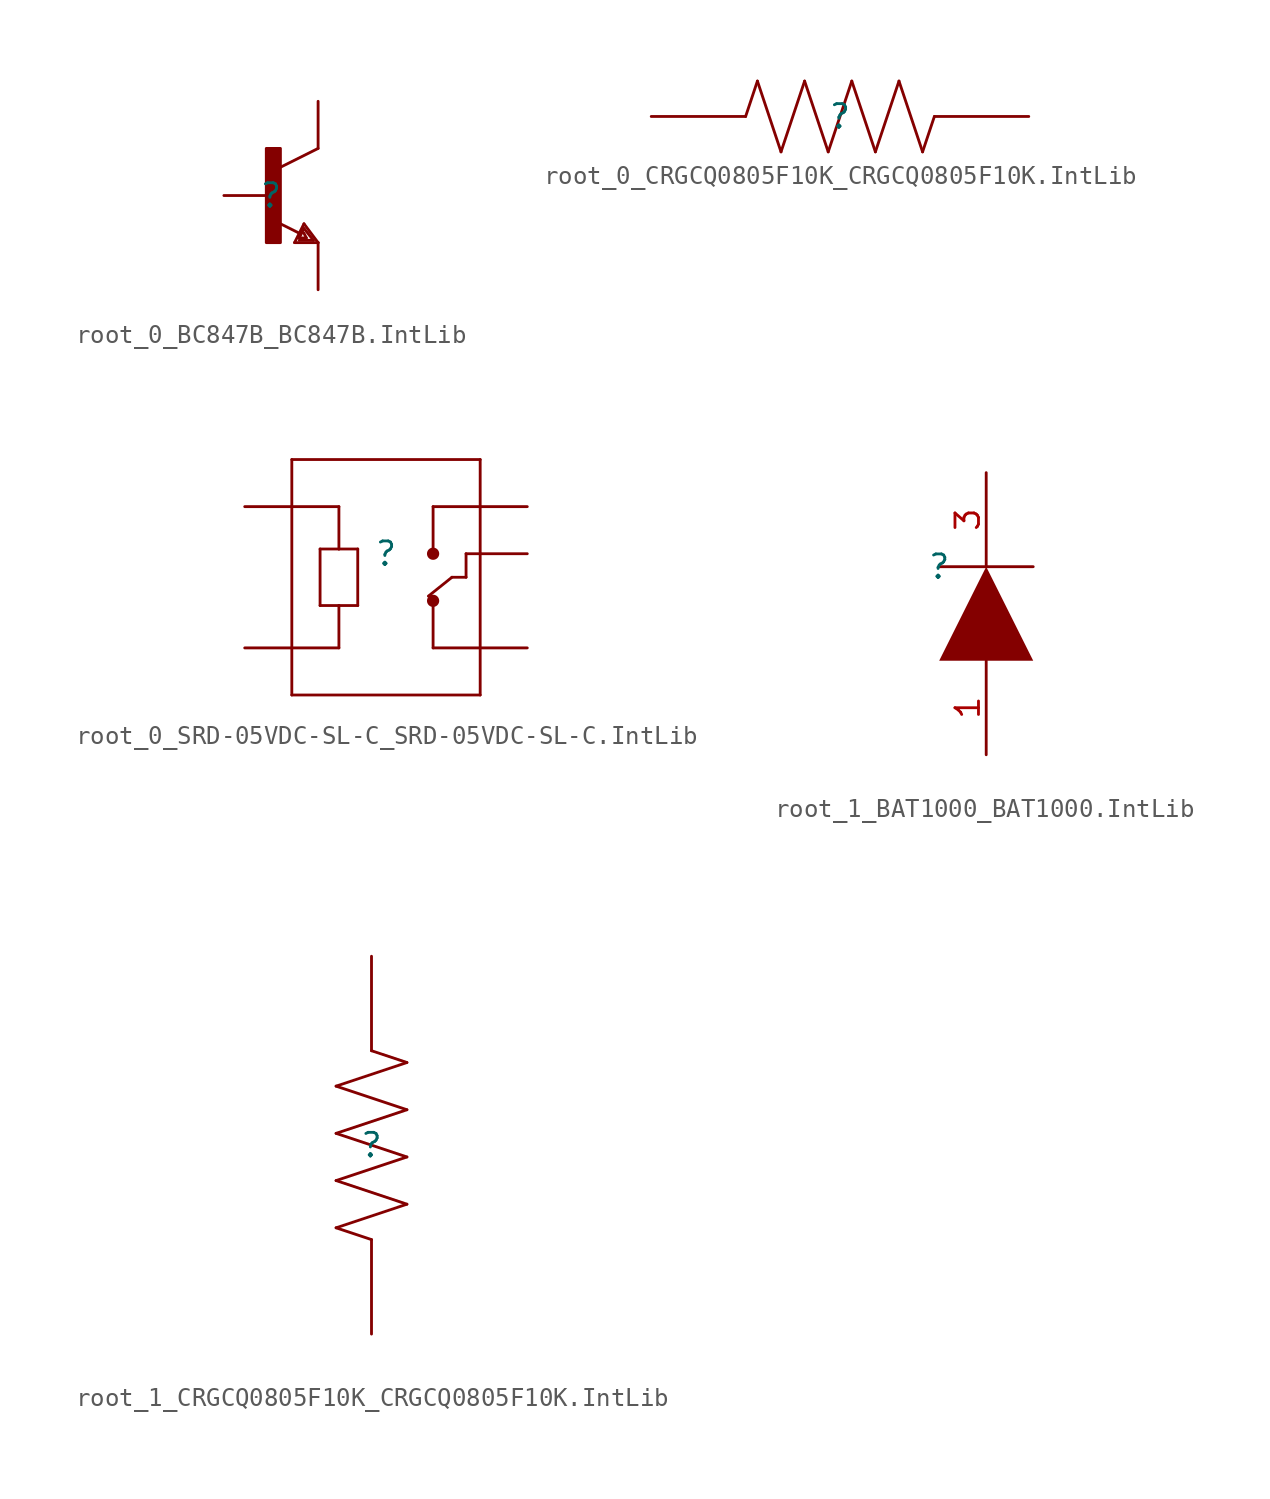
<source format=kicad_sym>
(kicad_symbol_lib
  (version 20241209)
  (generator "kicad_symbol_editor")
  (generator_version "9.0")
  (symbol "root_0_BC847B_BC847B.IntLib"
    (pin_numbers
      (hide yes))
    (pin_names
      (hide yes))
    (property "Reference" ""
      (at 0 0 0)
      (effects (font (size 1.27 1.27))))
    (property "Value" ""
      (at 0 0 0)
      (effects (font (size 1.27 1.27))))
    (symbol "root_0_BC847B_BC847B.IntLib_1_0"
      (rectangle (start 0.508 2.54) (end -0.254 -2.54) (stroke (width 0) (type solid)) (fill (type outline)))
      (polyline (pts (xy 1.27 -2.54) (xy 1.778 -1.524)) (stroke (width 0) (type solid)) (fill (type none)))
      (polyline (pts (xy 1.524 -2.286) (xy 1.905 -2.286)) (stroke (width 0) (type solid)) (fill (type none)))
      (polyline (pts (xy 1.524 -2.413) (xy 2.286 -2.413)) (stroke (width 0) (type solid)) (fill (type none)))
      (polyline (pts (xy 1.54 -2.04) (xy 0.308 -1.424)) (stroke (width 0) (type solid)) (fill (type none)))
      (polyline (pts (xy 1.778 -1.524) (xy 2.54 -2.54)) (stroke (width 0) (type solid)) (fill (type none)))
      (polyline (pts (xy 1.778 -1.778) (xy 1.524 -2.286)) (stroke (width 0) (type solid)) (fill (type none)))
      (polyline (pts (xy 1.905 -2.286) (xy 1.778 -2.032)) (stroke (width 0) (type solid)) (fill (type none)))
      (polyline (pts (xy 2.286 -2.413) (xy 1.778 -1.778)) (stroke (width 0) (type solid)) (fill (type none)))
      (polyline (pts (xy 2.54 2.54) (xy 0.508 1.524)) (stroke (width 0) (type solid)) (fill (type none)))
      (polyline (pts (xy 2.54 -2.54) (xy 1.27 -2.54)) (stroke (width 0) (type solid)) (fill (type none)))
      (pin passive line (at -2.54 0 0) (length 2.54) (name "B" (effects (font (size 1.27 1.27)))) (number "1" (effects (font (size 1.27 1.27)))))
      (pin passive line (at 2.54 5.08 270) (length 2.54) (name "C" (effects (font (size 1.27 1.27)))) (number "3" (effects (font (size 1.27 1.27)))))
      (pin passive line (at 2.54 -5.08 90) (length 2.54) (name "E" (effects (font (size 1.27 1.27)))) (number "2" (effects (font (size 1.27 1.27)))))))
  (symbol "root_0_CRGCQ0805F10K_CRGCQ0805F10K.IntLib"
    (pin_numbers
      (hide yes))
    (pin_names
      (hide yes))
    (property "Reference" ""
      (at 0 0 0)
      (effects (font (size 1.27 1.27))))
    (property "Value" ""
      (at 0 0 0)
      (effects (font (size 1.27 1.27))))
    (symbol "root_0_CRGCQ0805F10K_CRGCQ0805F10K.IntLib_1_0"
      (polyline (pts (xy -5.08 0) (xy -4.445 1.905)) (stroke (width 0) (type solid)) (fill (type none)))
      (polyline (pts (xy -4.445 1.905) (xy -3.175 -1.905)) (stroke (width 0) (type solid)) (fill (type none)))
      (polyline (pts (xy -3.175 -1.905) (xy -1.905 1.905)) (stroke (width 0) (type solid)) (fill (type none)))
      (polyline (pts (xy -1.905 1.905) (xy -0.635 -1.905)) (stroke (width 0) (type solid)) (fill (type none)))
      (polyline (pts (xy -0.635 -1.905) (xy 0.635 1.905)) (stroke (width 0) (type solid)) (fill (type none)))
      (polyline (pts (xy 0.635 1.905) (xy 1.905 -1.905)) (stroke (width 0) (type solid)) (fill (type none)))
      (polyline (pts (xy 1.905 -1.905) (xy 3.175 1.905)) (stroke (width 0) (type solid)) (fill (type none)))
      (polyline (pts (xy 3.175 1.905) (xy 4.445 -1.905)) (stroke (width 0) (type solid)) (fill (type none)))
      (polyline (pts (xy 4.445 -1.905) (xy 5.08 0)) (stroke (width 0) (type solid)) (fill (type none)))
      (pin passive line (at -10.16 0 0) (length 5.08) (name "1" (effects (font (size 1.27 1.27)))) (number "1" (effects (font (size 1.27 1.27)))))
      (pin passive line (at 10.16 0 180) (length 5.08) (name "2" (effects (font (size 1.27 1.27)))) (number "2" (effects (font (size 1.27 1.27)))))))
  (symbol "root_0_SRD-05VDC-SL-C_SRD-05VDC-SL-C.IntLib"
    (pin_numbers
      (hide yes))
    (pin_names
      (hide yes))
    (property "Reference" ""
      (at 0 0 0)
      (effects (font (size 1.27 1.27))))
    (property "Value" ""
      (at 0 0 0)
      (effects (font (size 1.27 1.27))))
    (symbol "root_0_SRD-05VDC-SL-C_SRD-05VDC-SL-C.IntLib_1_0"
      (polyline (pts (xy -5.08 5.08) (xy 5.08 5.08)) (stroke (width 0) (type solid)) (fill (type none)))
      (polyline (pts (xy -5.08 2.54) (xy -2.54 2.54)) (stroke (width 0) (type solid)) (fill (type none)))
      (polyline (pts (xy -5.08 -7.62) (xy -5.08 5.08)) (stroke (width 0) (type solid)) (fill (type none)))
      (polyline (pts (xy -3.556 0.254) (xy -3.556 -2.794)) (stroke (width 0) (type solid)) (fill (type none)))
      (polyline (pts (xy -3.556 -2.794) (xy -2.54 -2.794)) (stroke (width 0) (type solid)) (fill (type none)))
      (polyline (pts (xy -2.54 2.54) (xy -2.54 0.254)) (stroke (width 0) (type solid)) (fill (type none)))
      (polyline (pts (xy -2.54 0.254) (xy -3.556 0.254)) (stroke (width 0) (type solid)) (fill (type none)))
      (polyline (pts (xy -2.54 -2.794) (xy -2.54 -5.08)) (stroke (width 0) (type solid)) (fill (type none)))
      (polyline (pts (xy -2.54 -2.794) (xy -1.524 -2.794)) (stroke (width 0) (type solid)) (fill (type none)))
      (polyline (pts (xy -2.54 -5.08) (xy -5.08 -5.08)) (stroke (width 0) (type solid)) (fill (type none)))
      (polyline (pts (xy -1.524 0.254) (xy -2.54 0.254)) (stroke (width 0) (type solid)) (fill (type none)))
      (polyline (pts (xy -1.524 -2.794) (xy -1.524 0.254)) (stroke (width 0) (type solid)) (fill (type none)))
      (polyline (pts (xy 2.54 2.54) (xy 2.54 0)) (stroke (width 0) (type solid)) (fill (type none)))
      (circle (center 2.54 0) (radius 0.254) (stroke (width 0) (type solid)) (fill (type outline)))
      (polyline (pts (xy 2.54 -2.54) (xy 2.54 -5.08)) (stroke (width 0) (type solid)) (fill (type none)))
      (circle (center 2.54 -2.54) (radius 0.254) (stroke (width 0) (type solid)) (fill (type outline)))
      (polyline (pts (xy 2.54 -5.08) (xy 5.08 -5.08)) (stroke (width 0) (type solid)) (fill (type none)))
      (polyline (pts (xy 3.556 -1.27) (xy 2.286 -2.286)) (stroke (width 0) (type solid)) (fill (type none)))
      (polyline (pts (xy 3.556 -1.27) (xy 4.318 -1.27)) (stroke (width 0) (type solid)) (fill (type none)))
      (polyline (pts (xy 4.318 0) (xy 5.08 0)) (stroke (width 0) (type solid)) (fill (type none)))
      (polyline (pts (xy 4.318 -1.27) (xy 4.318 0)) (stroke (width 0) (type solid)) (fill (type none)))
      (polyline (pts (xy 5.08 5.08) (xy 5.08 0)) (stroke (width 0) (type solid)) (fill (type none)))
      (polyline (pts (xy 5.08 2.54) (xy 2.54 2.54)) (stroke (width 0) (type solid)) (fill (type none)))
      (polyline (pts (xy 5.08 0) (xy 5.08 -7.62)) (stroke (width 0) (type solid)) (fill (type none)))
      (polyline (pts (xy 5.08 -7.62) (xy -5.08 -7.62)) (stroke (width 0) (type solid)) (fill (type none)))
      (pin passive line (at -7.62 2.54 0) (length 2.54) (name "A1" (effects (font (size 1.27 1.27)))) (number "A1" (effects (font (size 1.27 1.27)))))
      (pin passive line (at -7.62 -5.08 0) (length 2.54) (name "A2" (effects (font (size 1.27 1.27)))) (number "A2" (effects (font (size 1.27 1.27)))))
      (pin passive line (at 7.62 2.54 180) (length 2.54) (name "NO" (effects (font (size 1.27 1.27)))) (number "NO" (effects (font (size 1.27 1.27)))))
      (pin passive line (at 7.62 0 180) (length 2.54) (name "COM" (effects (font (size 1.27 1.27)))) (number "COM" (effects (font (size 1.27 1.27)))))
      (pin passive line (at 7.62 -5.08 180) (length 2.54) (name "NC" (effects (font (size 1.27 1.27)))) (number "NC" (effects (font (size 1.27 1.27)))))))
  (symbol "root_1_BAT1000_BAT1000.IntLib"
    (pin_names
      (hide yes))
    (property "Reference" ""
      (at 0 0 0)
      (effects (font (size 1.27 1.27))))
    (property "Value" ""
      (at 0 0 0)
      (effects (font (size 1.27 1.27))))
    (symbol "root_1_BAT1000_BAT1000.IntLib_1_0"
      (polyline (pts (xy 0 0) (xy 5.08 0)) (stroke (width 0) (type solid)) (fill (type none)))
      (polyline (pts (xy 0 -5.08) (xy 2.54 0) (xy 5.08 -5.08) (xy 0 -5.08)) (stroke (width -0.0001) (type solid)) (fill (type outline)))
      (pin passive line (at 2.54 5.08 270) (length 5.08) (name "CATHODE" (effects (font (size 1.27 1.27)))) (number "3" (effects (font (size 1.27 1.27)))))
      (pin passive line (at 2.54 -10.16 90) (length 5.08) (name "ANODE" (effects (font (size 1.27 1.27)))) (number "1" (effects (font (size 1.27 1.27)))))))
  (symbol "root_1_CRGCQ0805F10K_CRGCQ0805F10K.IntLib"
    (pin_numbers
      (hide yes))
    (pin_names
      (hide yes))
    (property "Reference" ""
      (at 0 0 0)
      (effects (font (size 1.27 1.27))))
    (property "Value" ""
      (at 0 0 0)
      (effects (font (size 1.27 1.27))))
    (symbol "root_1_CRGCQ0805F10K_CRGCQ0805F10K.IntLib_1_0"
      (polyline (pts (xy -1.905 3.175) (xy 1.905 4.445)) (stroke (width 0) (type solid)) (fill (type none)))
      (polyline (pts (xy -1.905 0.635) (xy 1.905 1.905)) (stroke (width 0) (type solid)) (fill (type none)))
      (polyline (pts (xy -1.905 -1.905) (xy 1.905 -0.635)) (stroke (width 0) (type solid)) (fill (type none)))
      (polyline (pts (xy -1.905 -4.445) (xy 1.905 -3.175)) (stroke (width 0) (type solid)) (fill (type none)))
      (polyline (pts (xy 0 -5.08) (xy -1.905 -4.445)) (stroke (width 0) (type solid)) (fill (type none)))
      (polyline (pts (xy 1.905 4.445) (xy 0 5.08)) (stroke (width 0) (type solid)) (fill (type none)))
      (polyline (pts (xy 1.905 1.905) (xy -1.905 3.175)) (stroke (width 0) (type solid)) (fill (type none)))
      (polyline (pts (xy 1.905 -0.635) (xy -1.905 0.635)) (stroke (width 0) (type solid)) (fill (type none)))
      (polyline (pts (xy 1.905 -3.175) (xy -1.905 -1.905)) (stroke (width 0) (type solid)) (fill (type none)))
      (pin passive line (at 0 10.16 270) (length 5.08) (name "2" (effects (font (size 1.27 1.27)))) (number "2" (effects (font (size 1.27 1.27)))))
      (pin passive line (at 0 -10.16 90) (length 5.08) (name "1" (effects (font (size 1.27 1.27)))) (number "1" (effects (font (size 1.27 1.27))))))))
</source>
